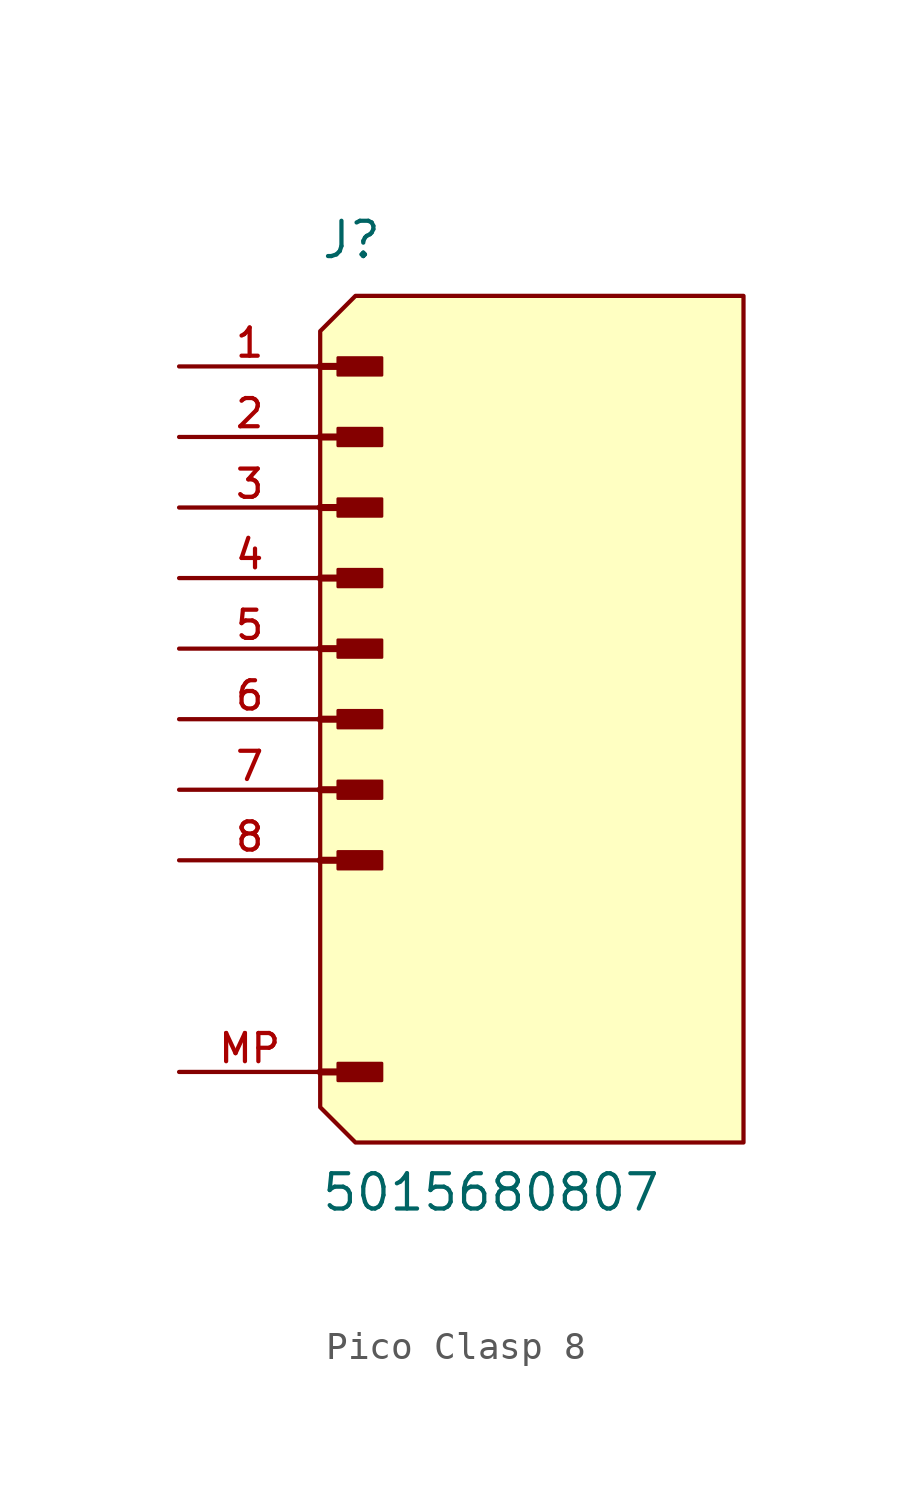
<source format=kicad_sym>
(kicad_symbol_lib
  (version 20231120)
  (generator "kicad_symbol_editor")
  (generator_version "8.0")
  (symbol "Pico Clasp 8"
    (pin_names
      (offset 1.016) hide)
    (property "Reference" "J"
      (at -7.62 16.51 0)
      (effects (font (size 1.27 1.27)) (justify left bottom)))
    (property "Value" "5015680807"
      (at -7.62 -17.78 0)
      (effects (font (size 1.27 1.27)) (justify left bottom)))
    (symbol "Pico Clasp 8_0_0"
      (rectangle (start -6.985 -13.018) (end -5.397 -12.383) (stroke (width 0.1) (type default)) (fill (type outline)))
      (rectangle (start -6.985 -5.397) (end -5.397 -4.763) (stroke (width 0.1) (type default)) (fill (type outline)))
      (rectangle (start -6.985 -2.857) (end -5.397 -2.223) (stroke (width 0.1) (type default)) (fill (type outline)))
      (rectangle (start -6.985 -0.318) (end -5.397 0.318) (stroke (width 0.1) (type default)) (fill (type outline)))
      (rectangle (start -6.985 2.223) (end -5.397 2.857) (stroke (width 0.1) (type default)) (fill (type outline)))
      (rectangle (start -6.985 4.763) (end -5.397 5.397) (stroke (width 0.1) (type default)) (fill (type outline)))
      (rectangle (start -6.985 7.303) (end -5.397 7.938) (stroke (width 0.1) (type default)) (fill (type outline)))
      (rectangle (start -6.985 9.842) (end -5.397 10.477) (stroke (width 0.1) (type default)) (fill (type outline)))
      (rectangle (start -6.985 12.383) (end -5.397 13.018) (stroke (width 0.1) (type default)) (fill (type outline)))
      (polyline (pts (xy -7.62 -12.7) (xy -5.715 -12.7)) (stroke (width 0.254) (type default)) (fill (type none)))
      (polyline (pts (xy -7.62 -5.08) (xy -5.715 -5.08)) (stroke (width 0.254) (type default)) (fill (type none)))
      (polyline (pts (xy -7.62 -2.54) (xy -5.715 -2.54)) (stroke (width 0.254) (type default)) (fill (type none)))
      (polyline (pts (xy -7.62 0) (xy -5.715 0)) (stroke (width 0.254) (type default)) (fill (type none)))
      (polyline (pts (xy -7.62 2.54) (xy -5.715 2.54)) (stroke (width 0.254) (type default)) (fill (type none)))
      (polyline (pts (xy -7.62 5.08) (xy -5.715 5.08)) (stroke (width 0.254) (type default)) (fill (type none)))
      (polyline (pts (xy -7.62 7.62) (xy -5.715 7.62)) (stroke (width 0.254) (type default)) (fill (type none)))
      (polyline (pts (xy -7.62 10.16) (xy -5.715 10.16)) (stroke (width 0.254) (type default)) (fill (type none)))
      (polyline (pts (xy -7.62 12.7) (xy -5.715 12.7)) (stroke (width 0.254) (type default)) (fill (type none)))
      (pin passive line (at -12.7 12.7 0) (length 5.08) (name "1" (effects (font (size 1.016 1.016)))) (number "1" (effects (font (size 1.016 1.016)))))
      (pin passive line (at -12.7 10.16 0) (length 5.08) (name "2" (effects (font (size 1.016 1.016)))) (number "2" (effects (font (size 1.016 1.016)))))
      (pin passive line (at -12.7 7.62 0) (length 5.08) (name "3" (effects (font (size 1.016 1.016)))) (number "3" (effects (font (size 1.016 1.016)))))
      (pin passive line (at -12.7 5.08 0) (length 5.08) (name "4" (effects (font (size 1.016 1.016)))) (number "4" (effects (font (size 1.016 1.016)))))
      (pin passive line (at -12.7 2.54 0) (length 5.08) (name "5" (effects (font (size 1.016 1.016)))) (number "5" (effects (font (size 1.016 1.016)))))
      (pin passive line (at -12.7 0 0) (length 5.08) (name "6" (effects (font (size 1.016 1.016)))) (number "6" (effects (font (size 1.016 1.016)))))
      (pin passive line (at -12.7 -2.54 0) (length 5.08) (name "7" (effects (font (size 1.016 1.016)))) (number "7" (effects (font (size 1.016 1.016)))))
      (pin passive line (at -12.7 -5.08 0) (length 5.08) (name "8" (effects (font (size 1.016 1.016)))) (number "8" (effects (font (size 1.016 1.016))))))
    (symbol "Pico Clasp 8_1_0"
      (polyline (pts (xy -6.35 -15.24) (xy -7.62 -13.97) (xy -7.62 13.97) (xy -6.35 15.24) (xy 7.62 15.24) (xy 7.62 -15.24) (xy -6.35 -15.24)) (stroke (width 0) (type default)) (fill (type background)))
      (pin passive line (at -12.7 -12.7 0) (length 5.08) (name "SHIELD" (effects (font (size 1.016 1.016)))) (number "MP" (effects (font (size 1.016 1.016))))))))
</source>
